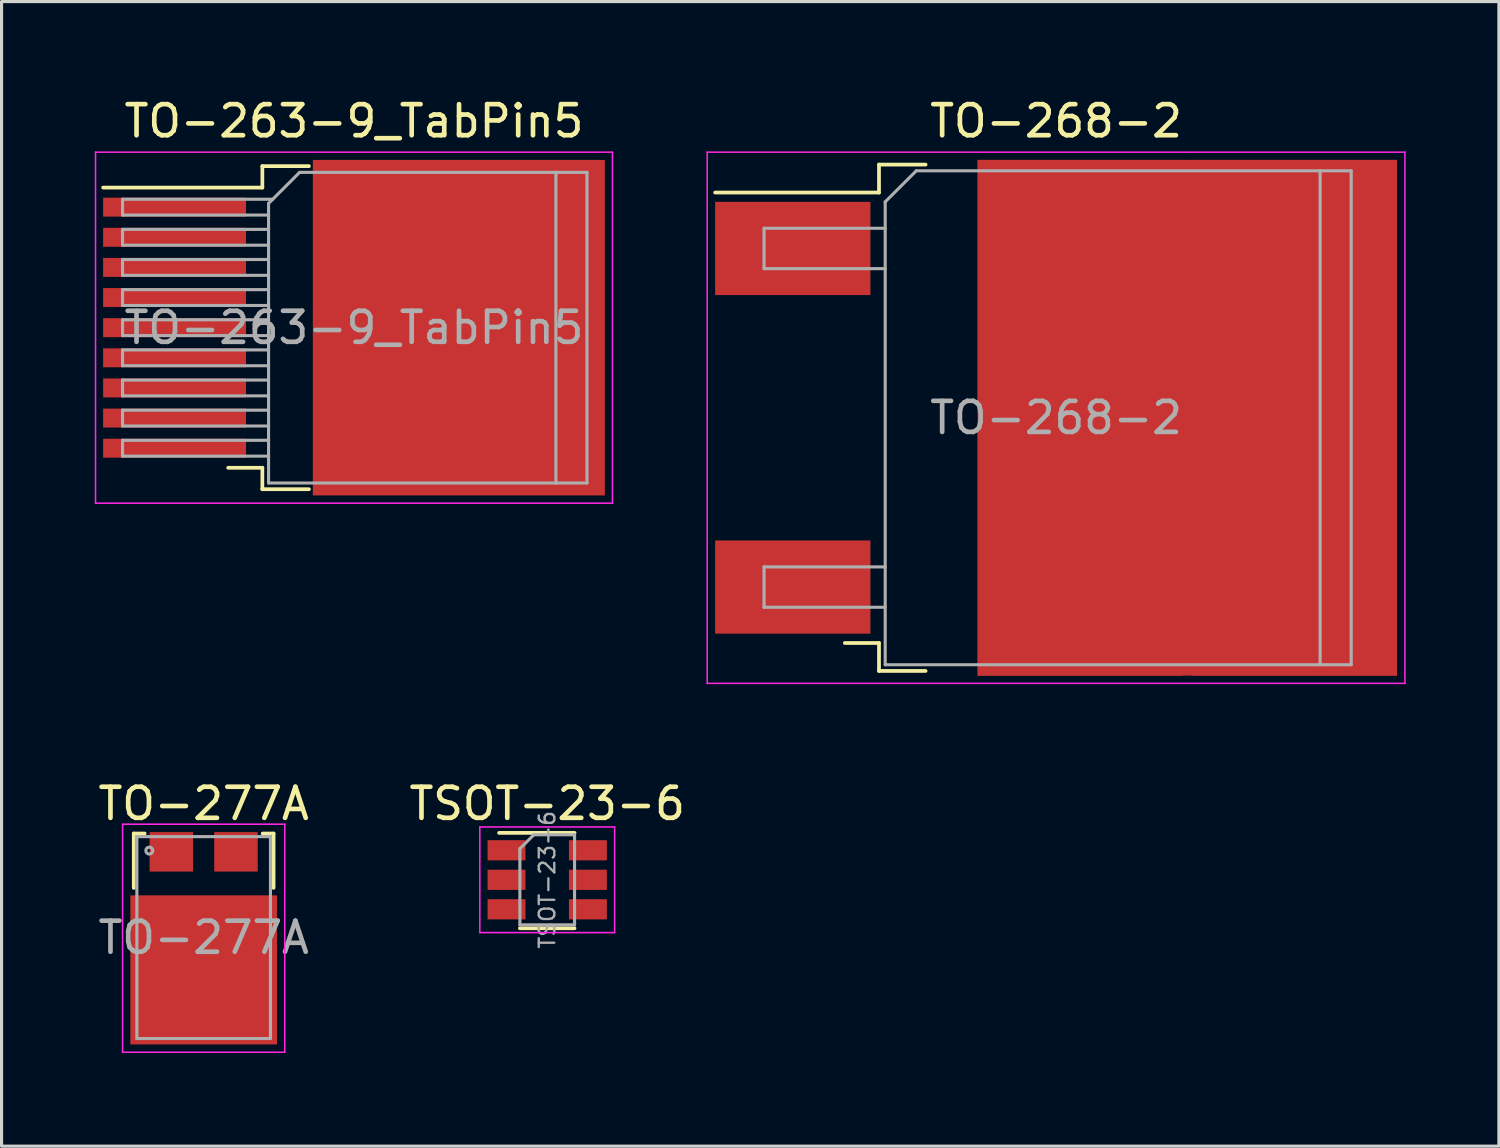
<source format=kicad_pcb>
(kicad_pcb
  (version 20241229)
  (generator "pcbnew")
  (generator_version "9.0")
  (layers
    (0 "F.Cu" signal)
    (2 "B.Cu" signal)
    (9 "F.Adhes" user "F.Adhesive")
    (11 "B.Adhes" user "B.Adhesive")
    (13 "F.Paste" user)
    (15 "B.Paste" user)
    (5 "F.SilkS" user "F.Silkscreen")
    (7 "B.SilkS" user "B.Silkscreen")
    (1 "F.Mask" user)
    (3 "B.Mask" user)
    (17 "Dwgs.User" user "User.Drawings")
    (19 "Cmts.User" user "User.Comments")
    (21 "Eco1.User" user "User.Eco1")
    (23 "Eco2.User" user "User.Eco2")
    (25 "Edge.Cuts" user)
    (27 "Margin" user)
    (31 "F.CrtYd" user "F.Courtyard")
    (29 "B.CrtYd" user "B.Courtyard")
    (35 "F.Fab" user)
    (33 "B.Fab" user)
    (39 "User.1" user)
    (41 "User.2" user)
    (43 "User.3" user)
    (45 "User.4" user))
  (footprint "TO-263-9_TabPin5"
    (layer "F.Cu")
    (at 8.345 7.498)
    (property "Reference" "TO-263-9_TabPin5" (at 0 -6.65 0) (layer "F.SilkS") (effects (font (size 1 1) (thickness 0.15))))
    (attr smd)
    (fp_line (start -2.95 -5.2) (end -2.95 -4.51) (stroke (width 0.12) (type solid)) (layer "F.SilkS"))
    (fp_line (start -2.95 -4.51) (end -8.075 -4.51) (stroke (width 0.12) (type solid)) (layer "F.SilkS"))
    (fp_line (start -2.95 4.51) (end -4.05 4.51) (stroke (width 0.12) (type solid)) (layer "F.SilkS"))
    (fp_line (start -2.95 5.2) (end -2.95 4.51) (stroke (width 0.12) (type solid)) (layer "F.SilkS"))
    (fp_line (start -1.45 -5.2) (end -2.95 -5.2) (stroke (width 0.12) (type solid)) (layer "F.SilkS"))
    (fp_line (start -1.45 5.2) (end -2.95 5.2) (stroke (width 0.12) (type solid)) (layer "F.SilkS"))
    (fp_line (start -8.32 -5.65) (end -8.32 5.65) (stroke (width 0.05) (type solid)) (layer "F.CrtYd"))
    (fp_line (start -8.32 5.65) (end 8.32 5.65) (stroke (width 0.05) (type solid)) (layer "F.CrtYd"))
    (fp_line (start 8.32 -5.65) (end -8.32 -5.65) (stroke (width 0.05) (type solid)) (layer "F.CrtYd"))
    (fp_line (start 8.32 5.65) (end 8.32 -5.65) (stroke (width 0.05) (type solid)) (layer "F.CrtYd"))
    (fp_line (start -7.45 -4.135) (end -7.45 -3.625) (stroke (width 0.1) (type solid)) (layer "F.Fab"))
    (fp_line (start -7.45 -3.625) (end -2.75 -3.625) (stroke (width 0.1) (type solid)) (layer "F.Fab"))
    (fp_line (start -7.45 -3.165) (end -7.45 -2.655) (stroke (width 0.1) (type solid)) (layer "F.Fab"))
    (fp_line (start -7.45 -2.655) (end -2.75 -2.655) (stroke (width 0.1) (type solid)) (layer "F.Fab"))
    (fp_line (start -7.45 -2.195) (end -7.45 -1.685) (stroke (width 0.1) (type solid)) (layer "F.Fab"))
    (fp_line (start -7.45 -1.685) (end -2.75 -1.685) (stroke (width 0.1) (type solid)) (layer "F.Fab"))
    (fp_line (start -7.45 -1.225) (end -7.45 -0.715) (stroke (width 0.1) (type solid)) (layer "F.Fab"))
    (fp_line (start -7.45 -0.715) (end -2.75 -0.715) (stroke (width 0.1) (type solid)) (layer "F.Fab"))
    (fp_line (start -7.45 -0.255) (end -7.45 0.255) (stroke (width 0.1) (type solid)) (layer "F.Fab"))
    (fp_line (start -7.45 0.255) (end -2.75 0.255) (stroke (width 0.1) (type solid)) (layer "F.Fab"))
    (fp_line (start -7.45 0.715) (end -7.45 1.225) (stroke (width 0.1) (type solid)) (layer "F.Fab"))
    (fp_line (start -7.45 1.225) (end -2.75 1.225) (stroke (width 0.1) (type solid)) (layer "F.Fab"))
    (fp_line (start -7.45 1.685) (end -7.45 2.195) (stroke (width 0.1) (type solid)) (layer "F.Fab"))
    (fp_line (start -7.45 2.195) (end -2.75 2.195) (stroke (width 0.1) (type solid)) (layer "F.Fab"))
    (fp_line (start -7.45 2.655) (end -7.45 3.165) (stroke (width 0.1) (type solid)) (layer "F.Fab"))
    (fp_line (start -7.45 3.165) (end -2.75 3.165) (stroke (width 0.1) (type solid)) (layer "F.Fab"))
    (fp_line (start -7.45 3.625) (end -7.45 4.135) (stroke (width 0.1) (type solid)) (layer "F.Fab"))
    (fp_line (start -7.45 4.135) (end -2.75 4.135) (stroke (width 0.1) (type solid)) (layer "F.Fab"))
    (fp_line (start -2.75 -4) (end -1.75 -5) (stroke (width 0.1) (type solid)) (layer "F.Fab"))
    (fp_line (start -2.75 -3.165) (end -7.45 -3.165) (stroke (width 0.1) (type solid)) (layer "F.Fab"))
    (fp_line (start -2.75 -2.195) (end -7.45 -2.195) (stroke (width 0.1) (type solid)) (layer "F.Fab"))
    (fp_line (start -2.75 -1.225) (end -7.45 -1.225) (stroke (width 0.1) (type solid)) (layer "F.Fab"))
    (fp_line (start -2.75 -0.255) (end -7.45 -0.255) (stroke (width 0.1) (type solid)) (layer "F.Fab"))
    (fp_line (start -2.75 0.715) (end -7.45 0.715) (stroke (width 0.1) (type solid)) (layer "F.Fab"))
    (fp_line (start -2.75 1.685) (end -7.45 1.685) (stroke (width 0.1) (type solid)) (layer "F.Fab"))
    (fp_line (start -2.75 2.655) (end -7.45 2.655) (stroke (width 0.1) (type solid)) (layer "F.Fab"))
    (fp_line (start -2.75 3.625) (end -7.45 3.625) (stroke (width 0.1) (type solid)) (layer "F.Fab"))
    (fp_line (start -2.75 5) (end -2.75 -4) (stroke (width 0.1) (type solid)) (layer "F.Fab"))
    (fp_line (start -2.615 -4.135) (end -7.45 -4.135) (stroke (width 0.1) (type solid)) (layer "F.Fab"))
    (fp_line (start -1.75 -5) (end 6.5 -5) (stroke (width 0.1) (type solid)) (layer "F.Fab"))
    (fp_line (start 6.5 -5) (end 6.5 5) (stroke (width 0.1) (type solid)) (layer "F.Fab"))
    (fp_line (start 6.5 -5) (end 7.5 -5) (stroke (width 0.1) (type solid)) (layer "F.Fab"))
    (fp_line (start 6.5 5) (end -2.75 5) (stroke (width 0.1) (type solid)) (layer "F.Fab"))
    (fp_line (start 7.5 -5) (end 7.5 5) (stroke (width 0.1) (type solid)) (layer "F.Fab"))
    (fp_line (start 7.5 5) (end 6.5 5) (stroke (width 0.1) (type solid)) (layer "F.Fab"))
    (fp_text user "${REFERENCE}" (at 0 0 0) (layer "F.Fab") (effects (font (size 1 1) (thickness 0.15))))
    (pad "" smd rect (at 0.95 -2.775) (size 4.55 5.25) (layers "F.Paste"))
    (pad "" smd rect (at 0.95 2.775) (size 4.55 5.25) (layers "F.Paste"))
    (pad "" smd rect (at 5.8 -2.775) (size 4.55 5.25) (layers "F.Paste"))
    (pad "" smd rect (at 5.8 2.775) (size 4.55 5.25) (layers "F.Paste"))
    (pad "1" smd rect (at -5.775 -3.88) (size 4.6 0.61) (layers "F.Cu" "F.Mask" "F.Paste"))
    (pad "2" smd rect (at -5.775 -2.91) (size 4.6 0.61) (layers "F.Cu" "F.Mask" "F.Paste"))
    (pad "3" smd rect (at -5.775 -1.94) (size 4.6 0.61) (layers "F.Cu" "F.Mask" "F.Paste"))
    (pad "4" smd rect (at -5.775 -0.97) (size 4.6 0.61) (layers "F.Cu" "F.Mask" "F.Paste"))
    (pad "5" smd rect (at -5.775 0) (size 4.6 0.61) (layers "F.Cu" "F.Mask" "F.Paste"))
    (pad "5" smd rect (at 3.375 0) (size 9.4 10.8) (layers "F.Cu" "F.Mask"))
    (pad "6" smd rect (at -5.775 0.97) (size 4.6 0.61) (layers "F.Cu" "F.Mask" "F.Paste"))
    (pad "7" smd rect (at -5.775 1.94) (size 4.6 0.61) (layers "F.Cu" "F.Mask" "F.Paste"))
    (pad "8" smd rect (at -5.775 2.91) (size 4.6 0.61) (layers "F.Cu" "F.Mask" "F.Paste"))
    (pad "9" smd rect (at -5.775 3.88) (size 4.6 0.61) (layers "F.Cu" "F.Mask" "F.Paste")))
  (footprint "TSOT-23-6"
    (layer "F.Cu")
    (at 14.565 25.271)
    (property "Reference" "TSOT-23-6" (at 0 -2.45 0) (layer "F.SilkS") (effects (font (size 1 1) (thickness 0.15))))
    (attr smd)
    (fp_line (start -0.88 1.56) (end 0.88 1.56) (stroke (width 0.12) (type solid)) (layer "F.SilkS"))
    (fp_line (start 0.88 -1.51) (end -1.55 -1.51) (stroke (width 0.12) (type solid)) (layer "F.SilkS"))
    (fp_line (start -2.17 -1.7) (end -2.17 1.7) (stroke (width 0.05) (type solid)) (layer "F.CrtYd"))
    (fp_line (start -2.17 -1.7) (end 2.17 -1.7) (stroke (width 0.05) (type solid)) (layer "F.CrtYd"))
    (fp_line (start 2.17 1.7) (end -2.17 1.7) (stroke (width 0.05) (type solid)) (layer "F.CrtYd"))
    (fp_line (start 2.17 1.7) (end 2.17 -1.7) (stroke (width 0.05) (type solid)) (layer "F.CrtYd"))
    (fp_line (start -0.88 -1) (end -0.88 1.45) (stroke (width 0.1) (type solid)) (layer "F.Fab"))
    (fp_line (start -0.88 -1) (end -0.43 -1.45) (stroke (width 0.1) (type solid)) (layer "F.Fab"))
    (fp_line (start 0.88 -1.45) (end -0.43 -1.45) (stroke (width 0.1) (type solid)) (layer "F.Fab"))
    (fp_line (start 0.88 -1.45) (end 0.88 1.45) (stroke (width 0.1) (type solid)) (layer "F.Fab"))
    (fp_line (start 0.88 1.45) (end -0.88 1.45) (stroke (width 0.1) (type solid)) (layer "F.Fab"))
    (fp_text user "${REFERENCE}" (at 0 0 90) (layer "F.Fab") (effects (font (size 0.5 0.5) (thickness 0.075))))
    (pad "1" smd rect (at -1.31 -0.95) (size 1.22 0.65) (layers "F.Cu" "F.Mask" "F.Paste"))
    (pad "2" smd rect (at -1.31 0) (size 1.22 0.65) (layers "F.Cu" "F.Mask" "F.Paste"))
    (pad "3" smd rect (at -1.31 0.95) (size 1.22 0.65) (layers "F.Cu" "F.Mask" "F.Paste"))
    (pad "4" smd rect (at 1.31 0.95) (size 1.22 0.65) (layers "F.Cu" "F.Mask" "F.Paste"))
    (pad "5" smd rect (at 1.31 0) (size 1.22 0.65) (layers "F.Cu" "F.Mask" "F.Paste"))
    (pad "6" smd rect (at 1.31 -0.95) (size 1.22 0.65) (layers "F.Cu" "F.Mask" "F.Paste")))
  (footprint "TO-268-2"
    (layer "F.Cu")
    (at 30.945 10.398)
    (property "Reference" "TO-268-2" (at 0 -9.55 0) (layer "F.SilkS") (effects (font (size 1 1) (thickness 0.15))))
    (attr smd)
    (fp_line (start -5.7 -8.15) (end -5.7 -7.25) (stroke (width 0.12) (type solid)) (layer "F.SilkS"))
    (fp_line (start -5.7 -7.25) (end -10.975 -7.25) (stroke (width 0.12) (type solid)) (layer "F.SilkS"))
    (fp_line (start -5.7 7.25) (end -6.8 7.25) (stroke (width 0.12) (type solid)) (layer "F.SilkS"))
    (fp_line (start -5.7 8.15) (end -5.7 7.25) (stroke (width 0.12) (type solid)) (layer "F.SilkS"))
    (fp_line (start -4.2 -8.15) (end -5.7 -8.15) (stroke (width 0.12) (type solid)) (layer "F.SilkS"))
    (fp_line (start -4.2 8.15) (end -5.7 8.15) (stroke (width 0.12) (type solid)) (layer "F.SilkS"))
    (fp_line (start -11.23 -8.55) (end -11.23 8.55) (stroke (width 0.05) (type solid)) (layer "F.CrtYd"))
    (fp_line (start -11.23 8.55) (end 11.23 8.55) (stroke (width 0.05) (type solid)) (layer "F.CrtYd"))
    (fp_line (start 11.23 -8.55) (end -11.23 -8.55) (stroke (width 0.05) (type solid)) (layer "F.CrtYd"))
    (fp_line (start 11.23 8.55) (end 11.23 -8.55) (stroke (width 0.05) (type solid)) (layer "F.CrtYd"))
    (fp_line (start -9.4 -6.1) (end -9.4 -4.8) (stroke (width 0.1) (type solid)) (layer "F.Fab"))
    (fp_line (start -9.4 -4.8) (end -5.5 -4.8) (stroke (width 0.1) (type solid)) (layer "F.Fab"))
    (fp_line (start -9.4 4.8) (end -9.4 6.1) (stroke (width 0.1) (type solid)) (layer "F.Fab"))
    (fp_line (start -9.4 6.1) (end -5.5 6.1) (stroke (width 0.1) (type solid)) (layer "F.Fab"))
    (fp_line (start -5.5 -6.95) (end -4.5 -7.95) (stroke (width 0.1) (type solid)) (layer "F.Fab"))
    (fp_line (start -5.5 -6.1) (end -9.4 -6.1) (stroke (width 0.1) (type solid)) (layer "F.Fab"))
    (fp_line (start -5.5 4.8) (end -9.4 4.8) (stroke (width 0.1) (type solid)) (layer "F.Fab"))
    (fp_line (start -5.5 7.95) (end -5.5 -6.95) (stroke (width 0.1) (type solid)) (layer "F.Fab"))
    (fp_line (start -4.5 -7.95) (end 8.5 -7.95) (stroke (width 0.1) (type solid)) (layer "F.Fab"))
    (fp_line (start 8.5 -7.95) (end 8.5 7.95) (stroke (width 0.1) (type solid)) (layer "F.Fab"))
    (fp_line (start 8.5 -7.95) (end 9.5 -7.95) (stroke (width 0.1) (type solid)) (layer "F.Fab"))
    (fp_line (start 8.5 7.95) (end -5.5 7.95) (stroke (width 0.1) (type solid)) (layer "F.Fab"))
    (fp_line (start 9.5 -7.95) (end 9.5 7.95) (stroke (width 0.1) (type solid)) (layer "F.Fab"))
    (fp_line (start 9.5 7.95) (end 8.5 7.95) (stroke (width 0.1) (type solid)) (layer "F.Fab"))
    (fp_text user "${REFERENCE}" (at 0 0 0) (layer "F.Fab") (effects (font (size 1 1) (thickness 0.15))))
    (pad "1" smd rect (at -8.475 -5.45) (size 5 3) (layers "F.Cu" "F.Mask" "F.Paste"))
    (pad "2" smd rect (at 0.775 -4.225) (size 6.6 8.15) (layers "F.Cu" "F.Paste"))
    (pad "2" smd rect (at 0.775 4.225) (size 6.6 8.15) (layers "F.Cu" "F.Paste"))
    (pad "2" smd rect (at 4.225 0) (size 13.5 16.6) (layers "F.Cu" "F.Mask"))
    (pad "2" smd rect (at 7.675 -4.225) (size 6.6 8.15) (layers "F.Cu" "F.Paste"))
    (pad "2" smd rect (at 7.675 4.225) (size 6.6 8.15) (layers "F.Cu" "F.Paste"))
    (pad "3" smd rect (at -8.475 5.45) (size 5 3) (layers "F.Cu" "F.Mask" "F.Paste")))
  (footprint "TO-277A"
    (layer "F.Cu")
    (at 3.506 26.271)
    (property "Reference" "TO-277A" (at 0 -3.45 180) (layer "F.SilkS") (effects (font (size 1 1) (thickness 0.15))))
    (attr smd)
    (fp_line (start -2.25 -2.49) (end -2.25 -0.74) (stroke (width 0.12) (type solid)) (layer "F.SilkS"))
    (fp_line (start -1.9 -2.49) (end -2.25 -2.49) (stroke (width 0.12) (type solid)) (layer "F.SilkS"))
    (fp_line (start 2.25 -2.49) (end 1.9 -2.49) (stroke (width 0.12) (type solid)) (layer "F.SilkS"))
    (fp_line (start 2.25 -0.74) (end 2.25 -2.49) (stroke (width 0.12) (type solid)) (layer "F.SilkS"))
    (fp_line (start -2.61 -2.79) (end -2.61 4.55) (stroke (width 0.05) (type solid)) (layer "F.CrtYd"))
    (fp_line (start -2.61 -2.79) (end 2.61 -2.79) (stroke (width 0.05) (type solid)) (layer "F.CrtYd"))
    (fp_line (start 2.61 4.55) (end -2.61 4.55) (stroke (width 0.05) (type solid)) (layer "F.CrtYd"))
    (fp_line (start 2.61 4.55) (end 2.61 -2.79) (stroke (width 0.05) (type solid)) (layer "F.CrtYd"))
    (fp_line (start -2.15 -2.39) (end -2.15 4.11) (stroke (width 0.1) (type solid)) (layer "F.Fab"))
    (fp_line (start -2.15 4.11) (end 2.15 4.11) (stroke (width 0.1) (type solid)) (layer "F.Fab"))
    (fp_line (start 2.15 -2.39) (end -2.15 -2.39) (stroke (width 0.1) (type solid)) (layer "F.Fab"))
    (fp_line (start 2.15 4.11) (end 2.15 -2.39) (stroke (width 0.1) (type solid)) (layer "F.Fab"))
    (fp_circle (center -1.75 -1.94) (end -1.85 -1.99) (stroke (width 0.1) (type solid)) (fill no) (layer "F.Fab"))
    (fp_text user "${REFERENCE}" (at 0 0.86 0) (layer "F.Fab") (effects (font (size 1 1) (thickness 0.15))))
    (pad "1" smd rect (at -1.04 -1.9 180) (size 1.4 1.27) (layers "F.Cu" "F.Mask" "F.Paste"))
    (pad "2" smd rect (at 1.04 -1.9 180) (size 1.4 1.27) (layers "F.Cu" "F.Mask" "F.Paste"))
    (pad "3" smd rect (at 0 1.9 180) (size 4.72 4.8) (layers "F.Cu" "F.Mask" "F.Paste")))
  (gr_rect
    (start -3 -3)
    (end 45.2 33.846)
    (stroke (width 0.1) (type default))
    (fill no)
    (layer "Edge.Cuts")))
</source>
